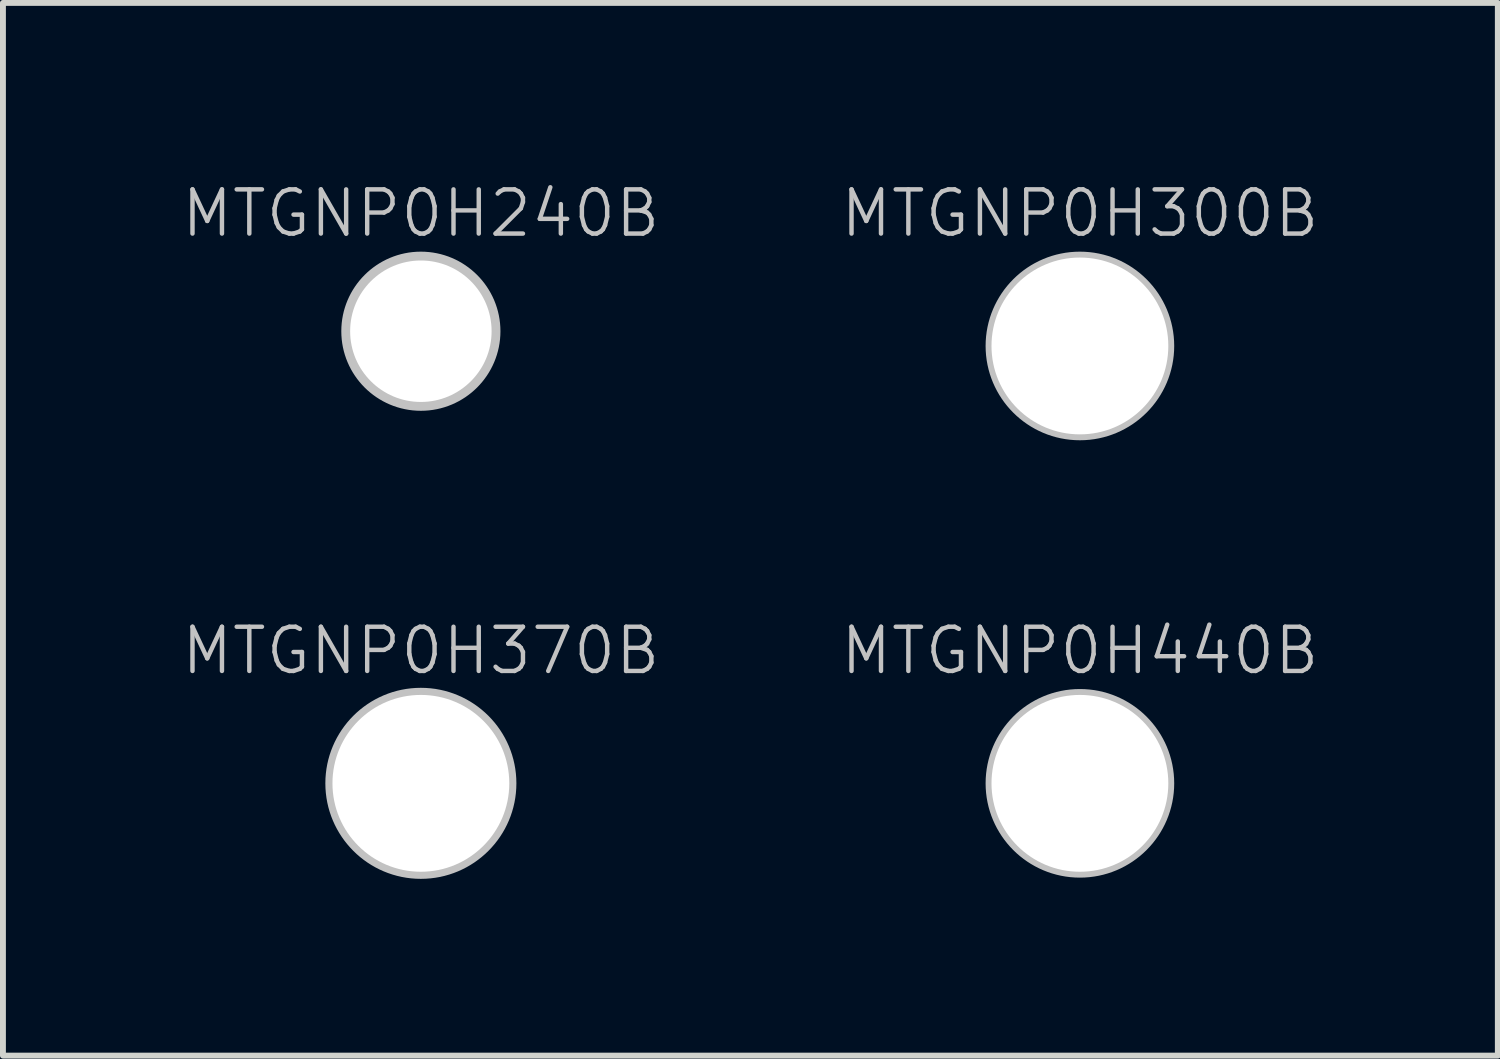
<source format=kicad_pcb>
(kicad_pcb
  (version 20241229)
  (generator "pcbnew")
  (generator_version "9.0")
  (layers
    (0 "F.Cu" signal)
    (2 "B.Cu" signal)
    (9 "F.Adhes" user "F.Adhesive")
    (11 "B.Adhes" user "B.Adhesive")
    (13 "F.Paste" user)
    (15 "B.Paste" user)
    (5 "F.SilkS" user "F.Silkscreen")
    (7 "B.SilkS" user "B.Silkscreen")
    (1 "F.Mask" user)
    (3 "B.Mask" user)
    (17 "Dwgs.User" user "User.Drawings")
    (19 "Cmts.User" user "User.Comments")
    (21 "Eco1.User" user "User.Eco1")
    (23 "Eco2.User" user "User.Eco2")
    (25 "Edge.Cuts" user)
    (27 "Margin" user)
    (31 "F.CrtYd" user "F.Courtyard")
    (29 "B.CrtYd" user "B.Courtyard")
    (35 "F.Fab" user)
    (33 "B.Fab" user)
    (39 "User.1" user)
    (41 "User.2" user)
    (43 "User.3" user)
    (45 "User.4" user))
  (footprint "MTGNP0H300B"
    (layer "F.Cu")
    (at 15.273 2.82)
    (property "Reference" "MTGNP0H300B" (at 0 -2.25 0) (layer "Dwgs.User") (effects (font (size 0.75 0.75) (thickness 0.075))))
    (attr through_hole)
    (fp_circle (center 0 0) (end 1.5 0) (stroke (width 0.2) (type solid)) (fill no) (layer "Dwgs.User"))
    (pad "" np_thru_hole circle (at 0 0) (size 3 3) (drill 3) (layers "*.Cu" "*.Mask")))
  (footprint "MTGNP0H370B"
    (layer "F.Cu")
    (at 4.091 10.241)
    (property "Reference" "MTGNP0H370B" (at 0 -2.25 0) (layer "Dwgs.User") (effects (font (size 0.75 0.75) (thickness 0.075))))
    (attr through_hole)
    (fp_circle (center 0 0) (end 1.5 -0.25) (stroke (width 0.2) (type solid)) (fill no) (layer "Dwgs.User"))
    (pad "" np_thru_hole circle (at 0 0) (size 3 3) (drill 3) (layers "*.Cu" "*.Mask")))
  (footprint "MTGNP0H240B"
    (layer "F.Cu")
    (at 4.091 2.57)
    (property "Reference" "MTGNP0H240B" (at 0 -2 0) (layer "Dwgs.User") (effects (font (size 0.75 0.75) (thickness 0.075))))
    (attr through_hole)
    (fp_circle (center 0 0) (end 1.25 0) (stroke (width 0.2) (type solid)) (fill no) (layer "Dwgs.User"))
    (pad "" np_thru_hole circle (at 0 0) (size 2.4 2.4) (drill 2.4) (layers "*.Cu" "*.Mask")))
  (footprint "MTGNP0H440B"
    (layer "F.Cu")
    (at 15.273 10.241)
    (property "Reference" "MTGNP0H440B" (at 0 -2.25 0) (layer "Dwgs.User") (effects (font (size 0.75 0.75) (thickness 0.075))))
    (attr through_hole)
    (fp_circle (center 0 0) (end 1.5 0) (stroke (width 0.2) (type solid)) (fill no) (layer "Dwgs.User"))
    (pad "" np_thru_hole circle (at 0 0) (size 3 3) (drill 3) (layers "*.Cu" "*.Mask")))
  (gr_rect
    (start -3 -3)
    (end 22.364 14.861)
    (stroke (width 0.1) (type default))
    (fill no)
    (layer "Edge.Cuts")))
</source>
